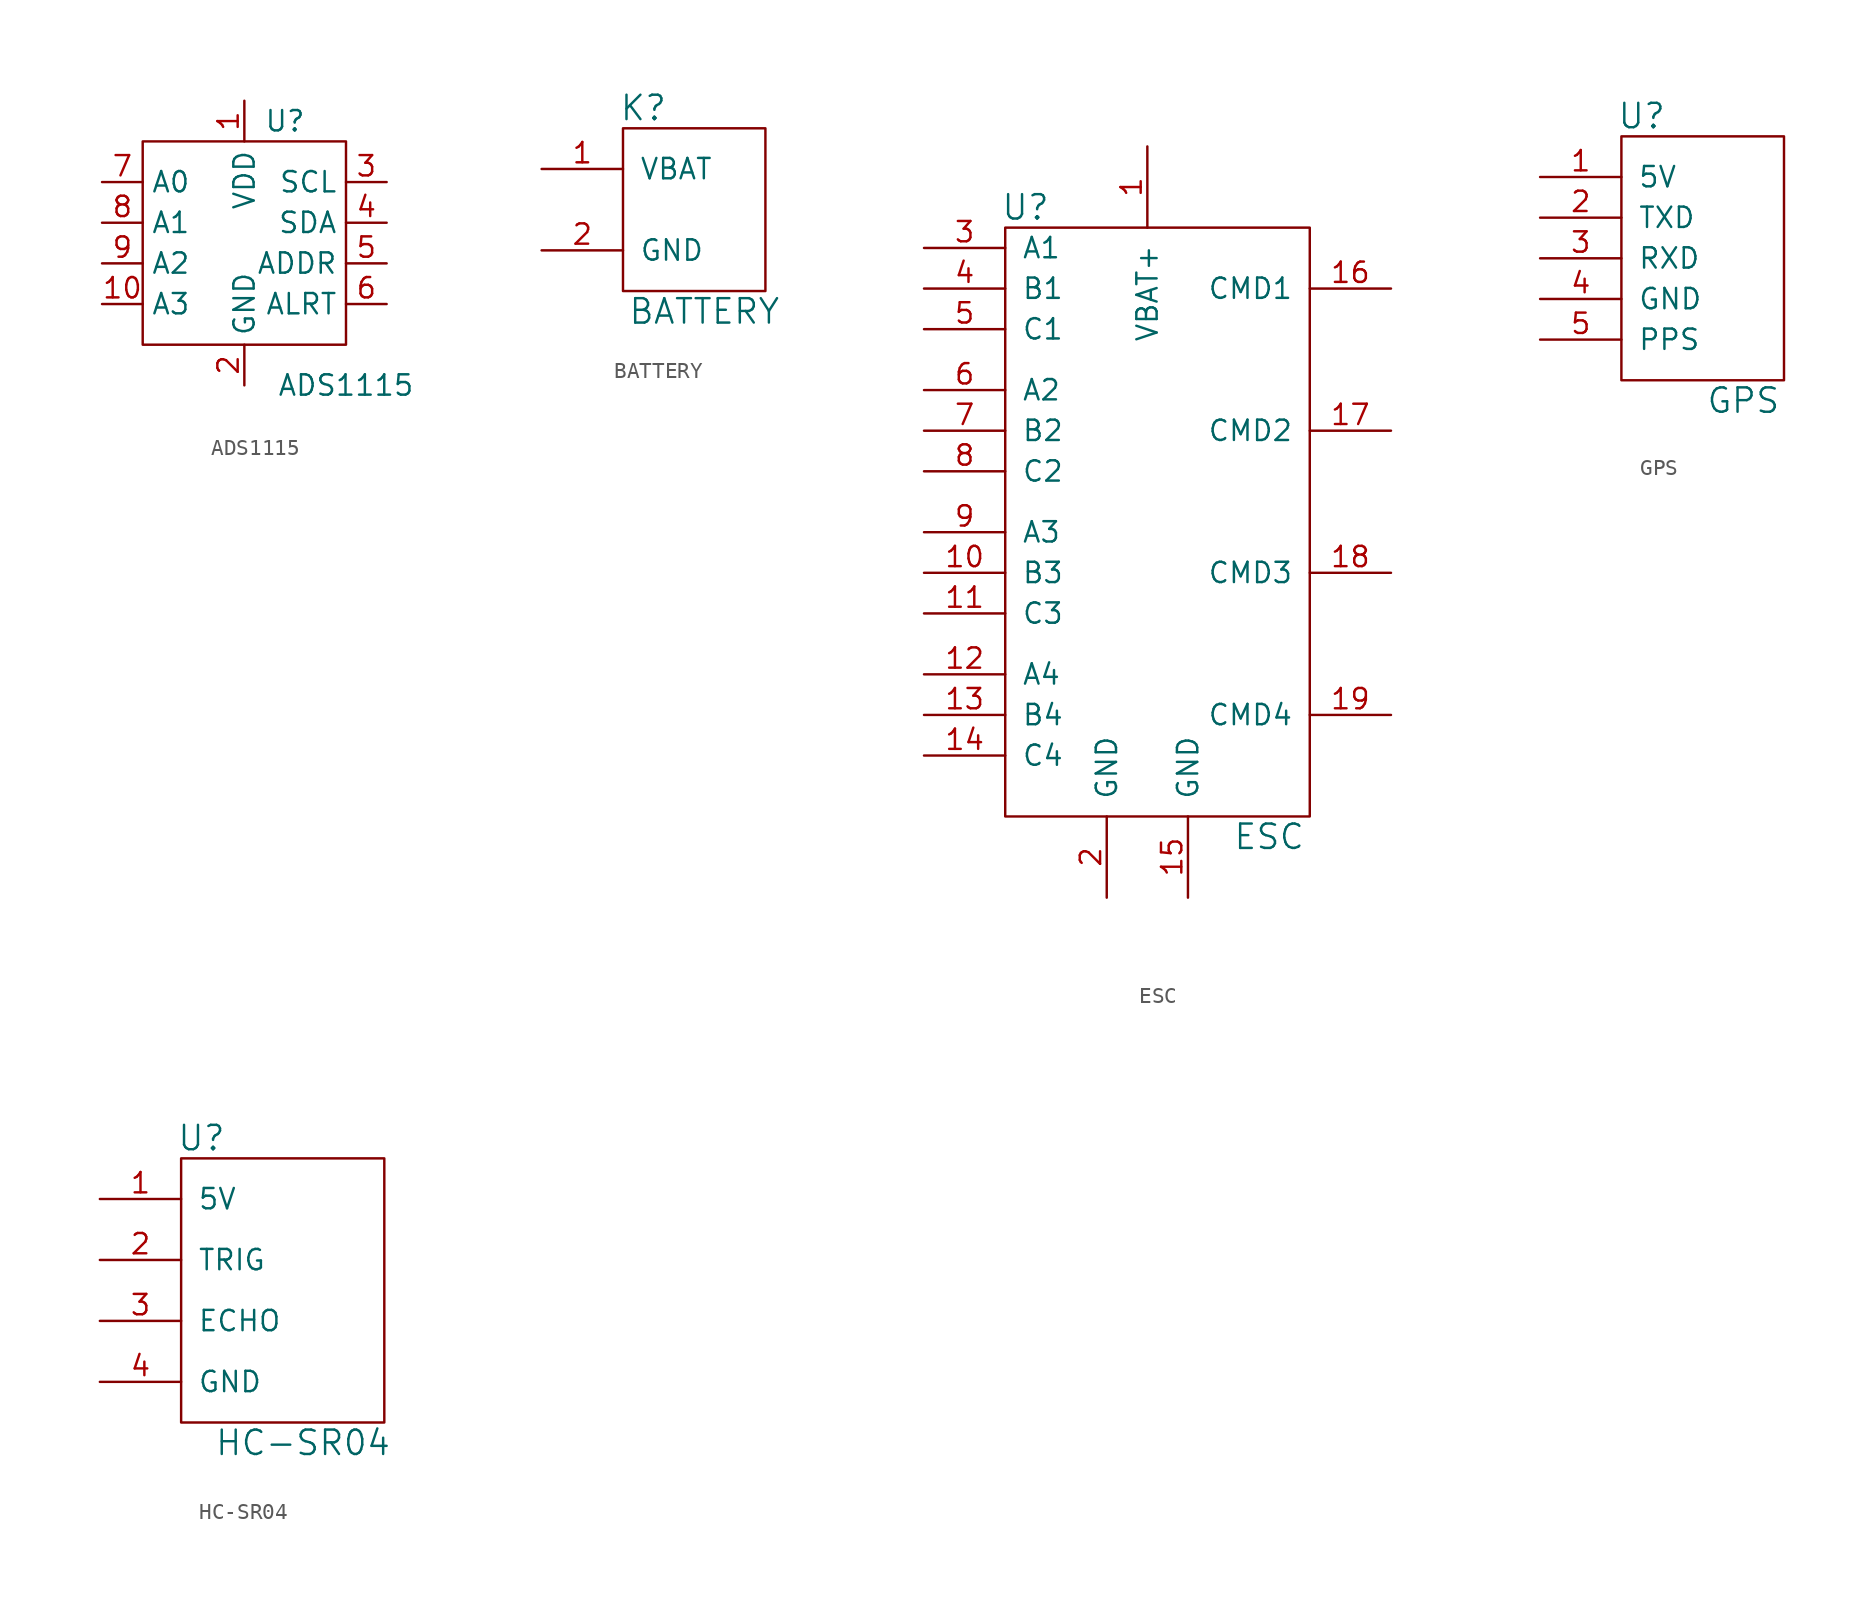
<source format=kicad_sym>
(kicad_symbol_lib
  (version 20211014)
  (generator kicad_symbol_editor)
  (symbol "ADS1115"
    (property "Reference" "U"
      (at 2.54 7.62 0)
      (effects (font (size 1.27 1.27))))
    (property "Value" "ADS1115"
      (at 6.35 -8.89 0)
      (effects (font (size 1.27 1.27))))
    (symbol "ADS1115_0_1"
      (rectangle (start -6.35 6.35) (end 6.35 -6.35) (stroke (width 0) (type default) (color 0 0 0 0)) (fill (type none))))
    (symbol "ADS1115_1_1"
      (pin power_in line (at 0 8.89 270) (length 2.54) (name "VDD" (effects (font (size 1.27 1.27)))) (number "1" (effects (font (size 1.27 1.27)))))
      (pin input line (at -8.89 -3.81 0) (length 2.54) (name "A3" (effects (font (size 1.27 1.27)))) (number "10" (effects (font (size 1.27 1.27)))))
      (pin power_in line (at 0 -8.89 90) (length 2.54) (name "GND" (effects (font (size 1.27 1.27)))) (number "2" (effects (font (size 1.27 1.27)))))
      (pin input line (at 8.89 3.81 180) (length 2.54) (name "SCL" (effects (font (size 1.27 1.27)))) (number "3" (effects (font (size 1.27 1.27)))))
      (pin bidirectional line (at 8.89 1.27 180) (length 2.54) (name "SDA" (effects (font (size 1.27 1.27)))) (number "4" (effects (font (size 1.27 1.27)))))
      (pin input line (at 8.89 -1.27 180) (length 2.54) (name "ADDR" (effects (font (size 1.27 1.27)))) (number "5" (effects (font (size 1.27 1.27)))))
      (pin input line (at 8.89 -3.81 180) (length 2.54) (name "ALRT" (effects (font (size 1.27 1.27)))) (number "6" (effects (font (size 1.27 1.27)))))
      (pin input line (at -8.89 3.81 0) (length 2.54) (name "A0" (effects (font (size 1.27 1.27)))) (number "7" (effects (font (size 1.27 1.27)))))
      (pin input line (at -8.89 1.27 0) (length 2.54) (name "A1" (effects (font (size 1.27 1.27)))) (number "8" (effects (font (size 1.27 1.27)))))
      (pin input line (at -8.89 -1.27 0) (length 2.54) (name "A2" (effects (font (size 1.27 1.27)))) (number "9" (effects (font (size 1.27 1.27)))))))
  (symbol "BATTERY"
    (pin_names
      (offset 1.016))
    (property "Reference" "K"
      (at -2.54 6.35 0)
      (effects (font (size 1.524 1.524))))
    (property "Value" "BATTERY"
      (at 1.27 -6.35 0)
      (effects (font (size 1.524 1.524))))
    (symbol "BATTERY_0_1"
      (rectangle (start -3.81 5.08) (end 5.08 -5.08) (stroke (width 0) (type default) (color 0 0 0 0)) (fill (type none))))
    (symbol "BATTERY_1_1"
      (pin power_out line (at -8.89 2.54 0) (length 5.08) (name "VBAT" (effects (font (size 1.27 1.27)))) (number "1" (effects (font (size 1.27 1.27)))))
      (pin power_out line (at -8.89 -2.54 0) (length 5.08) (name "GND" (effects (font (size 1.27 1.27)))) (number "2" (effects (font (size 1.27 1.27)))))))
  (symbol "ESC"
    (pin_names
      (offset 1.016))
    (property "Reference" "U"
      (at -8.89 17.78 0)
      (effects (font (size 1.524 1.524))))
    (property "Value" "ESC"
      (at 6.35 -21.59 0)
      (effects (font (size 1.524 1.524))))
    (symbol "ESC_0_1"
      (rectangle (start -10.16 16.51) (end 8.89 -20.32) (stroke (width 0) (type default) (color 0 0 0 0)) (fill (type none))))
    (symbol "ESC_1_1"
      (pin power_in line (at -1.27 21.59 270) (length 5.08) (name "VBAT+" (effects (font (size 1.27 1.27)))) (number "1" (effects (font (size 1.27 1.27)))))
      (pin output line (at -15.24 -5.08 0) (length 5.08) (name "B3" (effects (font (size 1.27 1.27)))) (number "10" (effects (font (size 1.27 1.27)))))
      (pin output line (at -15.24 -7.62 0) (length 5.08) (name "C3" (effects (font (size 1.27 1.27)))) (number "11" (effects (font (size 1.27 1.27)))))
      (pin output line (at -15.24 -11.43 0) (length 5.08) (name "A4" (effects (font (size 1.27 1.27)))) (number "12" (effects (font (size 1.27 1.27)))))
      (pin output line (at -15.24 -13.97 0) (length 5.08) (name "B4" (effects (font (size 1.27 1.27)))) (number "13" (effects (font (size 1.27 1.27)))))
      (pin output line (at -15.24 -16.51 0) (length 5.08) (name "C4" (effects (font (size 1.27 1.27)))) (number "14" (effects (font (size 1.27 1.27)))))
      (pin power_in line (at 1.27 -25.4 90) (length 5.08) (name "GND" (effects (font (size 1.27 1.27)))) (number "15" (effects (font (size 1.27 1.27)))))
      (pin input line (at 13.97 12.7 180) (length 5.08) (name "CMD1" (effects (font (size 1.27 1.27)))) (number "16" (effects (font (size 1.27 1.27)))))
      (pin input line (at 13.97 3.81 180) (length 5.08) (name "CMD2" (effects (font (size 1.27 1.27)))) (number "17" (effects (font (size 1.27 1.27)))))
      (pin input line (at 13.97 -5.08 180) (length 5.08) (name "CMD3" (effects (font (size 1.27 1.27)))) (number "18" (effects (font (size 1.27 1.27)))))
      (pin input line (at 13.97 -13.97 180) (length 5.08) (name "CMD4" (effects (font (size 1.27 1.27)))) (number "19" (effects (font (size 1.27 1.27)))))
      (pin power_in line (at -3.81 -25.4 90) (length 5.08) (name "GND" (effects (font (size 1.27 1.27)))) (number "2" (effects (font (size 1.27 1.27)))))
      (pin output line (at -15.24 15.24 0) (length 5.08) (name "A1" (effects (font (size 1.27 1.27)))) (number "3" (effects (font (size 1.27 1.27)))))
      (pin output line (at -15.24 12.7 0) (length 5.08) (name "B1" (effects (font (size 1.27 1.27)))) (number "4" (effects (font (size 1.27 1.27)))))
      (pin output line (at -15.24 10.16 0) (length 5.08) (name "C1" (effects (font (size 1.27 1.27)))) (number "5" (effects (font (size 1.27 1.27)))))
      (pin output line (at -15.24 6.35 0) (length 5.08) (name "A2" (effects (font (size 1.27 1.27)))) (number "6" (effects (font (size 1.27 1.27)))))
      (pin output line (at -15.24 3.81 0) (length 5.08) (name "B2" (effects (font (size 1.27 1.27)))) (number "7" (effects (font (size 1.27 1.27)))))
      (pin output line (at -15.24 1.27 0) (length 5.08) (name "C2" (effects (font (size 1.27 1.27)))) (number "8" (effects (font (size 1.27 1.27)))))
      (pin output line (at -15.24 -2.54 0) (length 5.08) (name "A3" (effects (font (size 1.27 1.27)))) (number "9" (effects (font (size 1.27 1.27)))))))
  (symbol "GPS"
    (pin_names
      (offset 1.016))
    (property "Reference" "U"
      (at -3.81 8.89 0)
      (effects (font (size 1.524 1.524))))
    (property "Value" "GPS"
      (at 2.54 -8.89 0)
      (effects (font (size 1.524 1.524))))
    (symbol "GPS_0_1"
      (rectangle (start -5.08 7.62) (end 5.08 -7.62) (stroke (width 0) (type default) (color 0 0 0 0)) (fill (type none))))
    (symbol "GPS_1_1"
      (pin power_in line (at -10.16 5.08 0) (length 5.08) (name "5V" (effects (font (size 1.27 1.27)))) (number "1" (effects (font (size 1.27 1.27)))))
      (pin output line (at -10.16 2.54 0) (length 5.08) (name "TXD" (effects (font (size 1.27 1.27)))) (number "2" (effects (font (size 1.27 1.27)))))
      (pin input line (at -10.16 0 0) (length 5.08) (name "RXD" (effects (font (size 1.27 1.27)))) (number "3" (effects (font (size 1.27 1.27)))))
      (pin power_in line (at -10.16 -2.54 0) (length 5.08) (name "GND" (effects (font (size 1.27 1.27)))) (number "4" (effects (font (size 1.27 1.27)))))
      (pin input line (at -10.16 -5.08 0) (length 5.08) (name "PPS" (effects (font (size 1.27 1.27)))) (number "5" (effects (font (size 1.27 1.27)))))))
  (symbol "HC-SR04"
    (pin_names
      (offset 1.016))
    (property "Reference" "U"
      (at -3.81 8.89 0)
      (effects (font (size 1.524 1.524))))
    (property "Value" "HC-SR04"
      (at 2.54 -10.16 0)
      (effects (font (size 1.524 1.524))))
    (symbol "HC-SR04_0_1"
      (rectangle (start -5.08 7.62) (end 7.62 -8.89) (stroke (width 0) (type default) (color 0 0 0 0)) (fill (type none))))
    (symbol "HC-SR04_1_1"
      (pin power_in line (at -10.16 5.08 0) (length 5.08) (name "5V" (effects (font (size 1.27 1.27)))) (number "1" (effects (font (size 1.27 1.27)))))
      (pin input line (at -10.16 1.27 0) (length 5.08) (name "TRIG" (effects (font (size 1.27 1.27)))) (number "2" (effects (font (size 1.27 1.27)))))
      (pin output line (at -10.16 -2.54 0) (length 5.08) (name "ECHO" (effects (font (size 1.27 1.27)))) (number "3" (effects (font (size 1.27 1.27)))))
      (pin power_in line (at -10.16 -6.35 0) (length 5.08) (name "GND" (effects (font (size 1.27 1.27)))) (number "4" (effects (font (size 1.27 1.27))))))))
</source>
